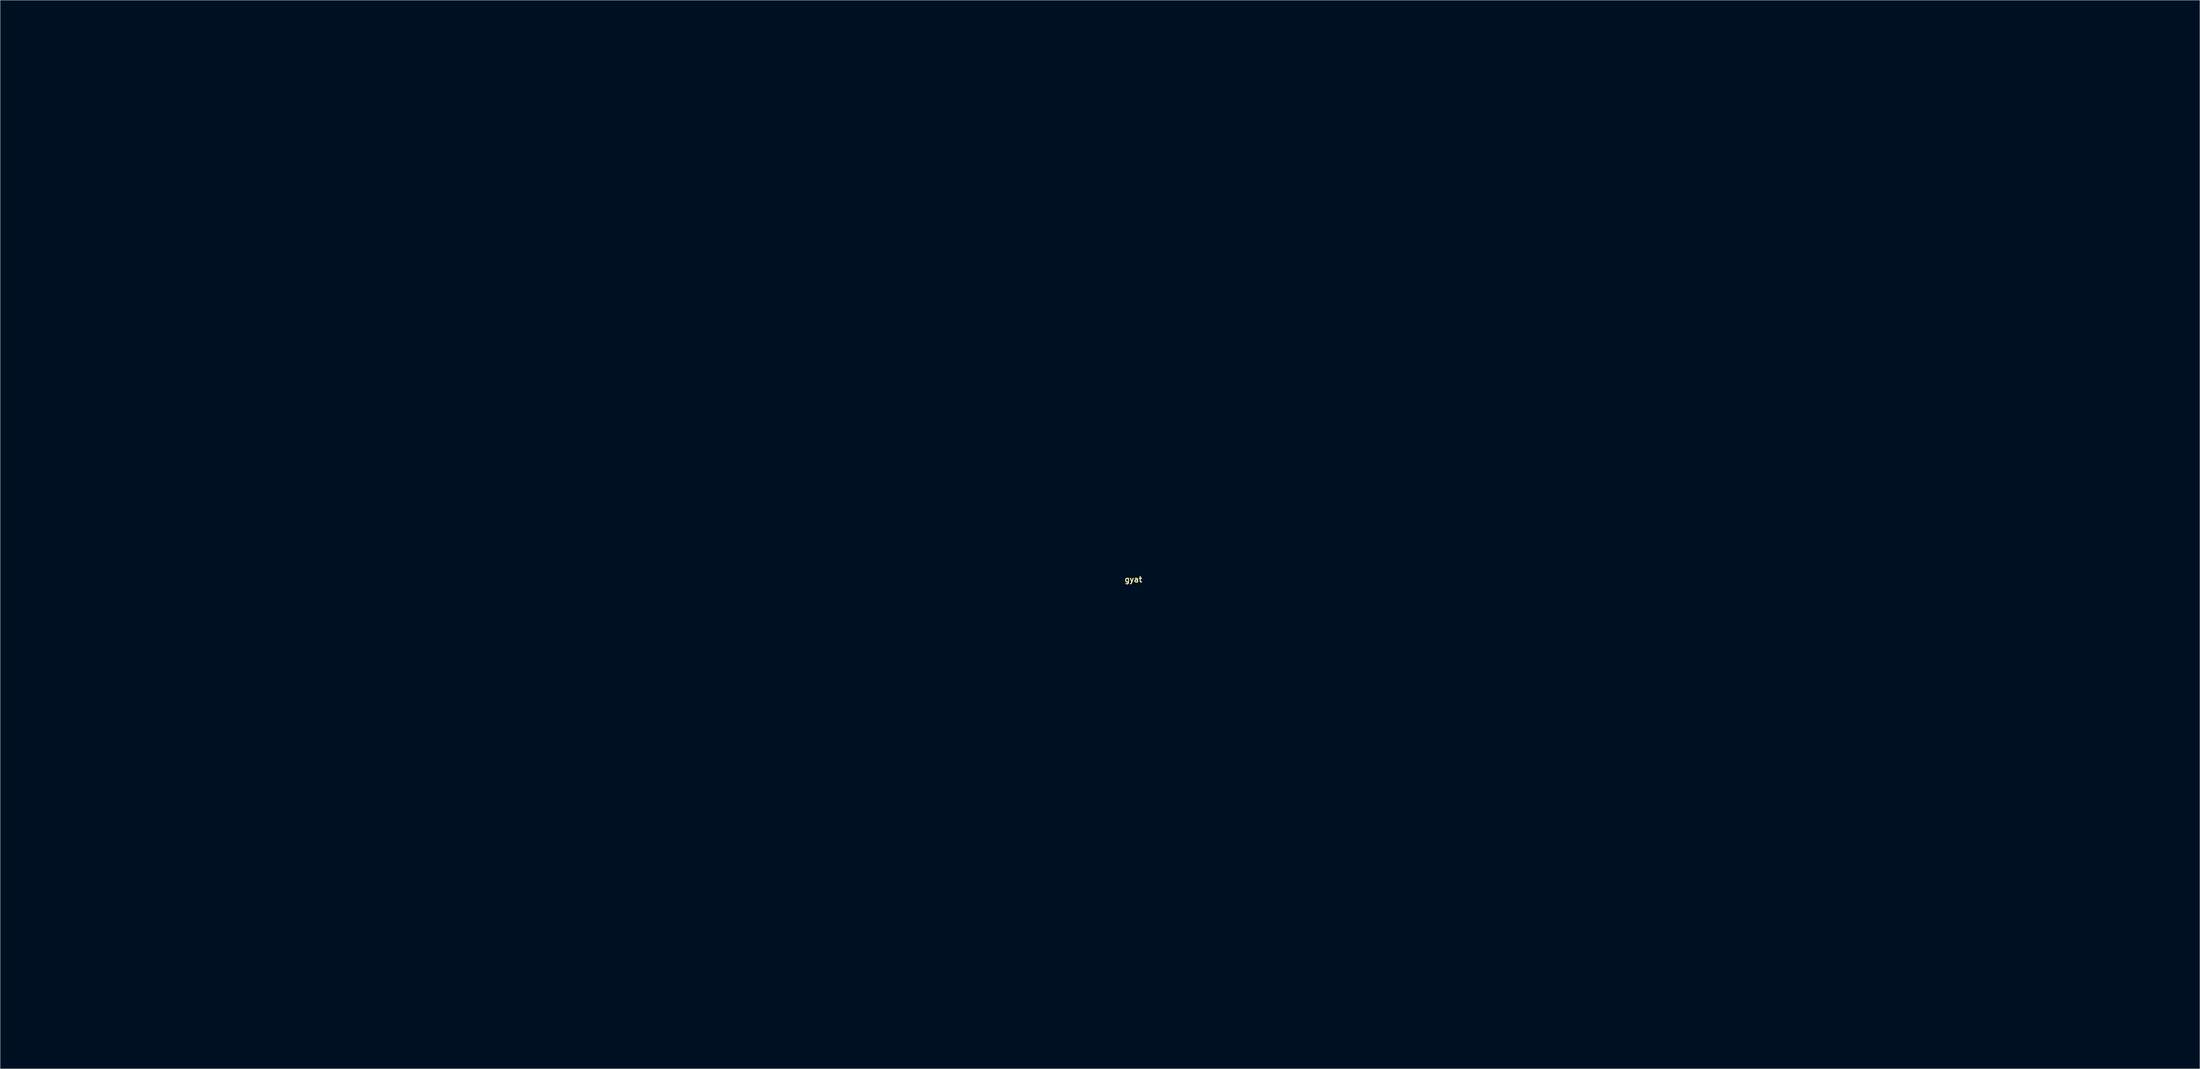
<source format=kicad_pcb>
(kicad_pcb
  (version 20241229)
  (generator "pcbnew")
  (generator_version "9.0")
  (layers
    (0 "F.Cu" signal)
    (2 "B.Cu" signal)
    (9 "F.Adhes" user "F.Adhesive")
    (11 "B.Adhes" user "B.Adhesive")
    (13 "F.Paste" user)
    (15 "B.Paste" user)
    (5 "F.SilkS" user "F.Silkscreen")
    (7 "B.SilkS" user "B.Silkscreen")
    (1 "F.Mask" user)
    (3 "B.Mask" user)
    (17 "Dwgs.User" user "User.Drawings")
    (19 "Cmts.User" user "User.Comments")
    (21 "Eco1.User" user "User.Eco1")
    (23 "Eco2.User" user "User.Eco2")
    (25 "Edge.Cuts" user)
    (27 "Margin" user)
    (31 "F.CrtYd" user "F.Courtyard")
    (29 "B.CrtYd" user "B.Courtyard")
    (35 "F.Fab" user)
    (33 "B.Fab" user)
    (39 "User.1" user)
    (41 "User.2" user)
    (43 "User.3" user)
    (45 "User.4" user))
  (footprint "gyat"
    (layer "F.Cu")
    (at 306.053 155.082)
    (property "Reference" "gyat" (at 0 0 0) (layer "F.SilkS") (effects (font (size 1.5 1.5) (thickness 0.3))))
    (attr board_only exclude_from_pos_files exclude_from_bom)
    (fp_poly (pts (xy 85.201 50.121) (xy 86.115 50.23) (xy 87.154 50.443) (xy 88.406 50.789) (xy 89.963 51.293) (xy 91.914 51.984) (xy 94.35 52.889) (xy 97.307 54.013) (xy 99.999 55.043) (xy 102.097 55.851) (xy 103.673 56.476) (xy 104.798 56.957) (xy 105.545 57.333) (xy 105.985 57.642) (xy 106.19 57.923) (xy 106.232 58.216) (xy 106.184 58.559) (xy 106.143 58.791) (xy 105.924 59.816) (xy 105.545 61.242) (xy 105.063 62.893) (xy 104.532 64.589) (xy 104.01 66.153) (xy 103.552 67.407) (xy 103.213 68.173) (xy 103.178 68.233) (xy 102.099 69.283) (xy 100.512 69.969) (xy 98.54 70.265) (xy 96.308 70.144) (xy 95.312 69.96) (xy 93.12 69.333) (xy 90.599 68.398) (xy 88 67.263) (xy 85.575 66.039) (xy 83.576 64.835) (xy 83.535 64.808) (xy 81.599 63.326) (xy 80.252 61.862) (xy 79.395 60.242) (xy 78.926 58.293) (xy 78.773 56.569) (xy 78.714 55.048) (xy 78.739 54.044) (xy 78.887 53.362) (xy 79.194 52.804) (xy 79.601 52.293) (xy 81.053 50.957) (xy 82.7 50.253) (xy 84.321 50.089)) (stroke (width 0) (type solid)) (fill yes) (layer "F.Mask"))
    (fp_poly (pts (xy -157.705 -155.018) (xy -153.788 -154.889) (xy -150.228 -154.694) (xy -147.176 -154.433) (xy -147.034 -154.418) (xy -143.577 -154) (xy -139.908 -153.486) (xy -136.132 -152.894) (xy -132.353 -152.246) (xy -128.677 -151.561) (xy -125.208 -150.86) (xy -122.05 -150.162) (xy -119.308 -149.489) (xy -117.088 -148.859) (xy -115.738 -148.394) (xy -112.959 -147.023) (xy -110.099 -145.104) (xy -107.313 -142.765) (xy -104.755 -140.134) (xy -102.807 -137.668) (xy -101.313 -135.403) (xy -100.13 -133.23) (xy -99.168 -130.944) (xy -98.34 -128.335) (xy -97.641 -125.569) (xy -97.104 -122.998) (xy -96.781 -120.708) (xy -96.661 -118.463) (xy -96.733 -116.027) (xy -96.985 -113.163) (xy -97.033 -112.728) (xy -97.027 -112.384) (xy -96.859 -112.086) (xy -96.43 -111.785) (xy -95.641 -111.428) (xy -94.393 -110.966) (xy -92.588 -110.348) (xy -92.035 -110.163) (xy -85.237 -107.777) (xy -78.019 -105.048) (xy -70.547 -102.046) (xy -62.985 -98.839) (xy -55.5 -95.496) (xy -48.256 -92.087) (xy -45.829 -90.9) (xy -43.196 -89.551) (xy -41.127 -88.366) (xy -39.514 -87.267) (xy -38.248 -86.175) (xy -37.219 -85.011) (xy -36.736 -84.342) (xy -36.098 -83.324) (xy -35.566 -82.265) (xy -35.129 -81.087) (xy -34.774 -79.714) (xy -34.492 -78.068) (xy -34.27 -76.072) (xy -34.097 -73.649) (xy -33.962 -70.722) (xy -33.854 -67.213) (xy -33.784 -64.209) (xy -33.717 -61.255) (xy -33.643 -58.467) (xy -33.566 -55.941) (xy -33.49 -53.774) (xy -33.416 -52.063) (xy -33.35 -50.906) (xy -33.311 -50.485) (xy -33.092 -48.919) (xy -26.115 -57.509) (xy -23.868 -60.262) (xy -21.992 -62.511) (xy -20.419 -64.313) (xy -19.081 -65.729) (xy -17.91 -66.818) (xy -16.838 -67.639) (xy -15.795 -68.251) (xy -14.713 -68.713) (xy -13.525 -69.085) (xy -12.41 -69.366) (xy -9.287 -70.108) (xy -6.164 -69.38) (xy -5.016 -69.082) (xy -3.883 -68.709) (xy -2.65 -68.209) (xy -1.206 -67.531) (xy 0.562 -66.623) (xy 2.769 -65.432) (xy 4.293 -64.593) (xy 6.115 -63.585) (xy 8.464 -62.285) (xy 11.241 -60.748) (xy 14.347 -59.029) (xy 17.683 -57.184) (xy 21.148 -55.267) (xy 24.645 -53.332) (xy 27.842 -51.563) (xy 31.034 -49.791) (xy 34.085 -48.087) (xy 36.926 -46.488) (xy 39.492 -45.032) (xy 41.716 -43.759) (xy 43.53 -42.705) (xy 44.869 -41.909) (xy 45.663 -41.41) (xy 45.771 -41.334) (xy 47 -40.27) (xy 48.194 -38.98) (xy 48.681 -38.342) (xy 49.876 -36.609) (xy 54.363 -35.584) (xy 55.524 -35.312) (xy 56.57 -35.041) (xy 57.583 -34.735) (xy 58.643 -34.361) (xy 59.831 -33.884) (xy 61.229 -33.269) (xy 62.918 -32.482) (xy 64.979 -31.487) (xy 67.492 -30.25) (xy 70.54 -28.736) (xy 71.549 -28.234) (xy 77.57 -25.254) (xy 83.065 -22.578) (xy 88.133 -20.161) (xy 92.872 -17.958) (xy 97.381 -15.925) (xy 101.758 -14.016) (xy 106.103 -12.187) (xy 110.513 -10.393) (xy 113.048 -9.387) (xy 118.387 -7.348) (xy 123.838 -5.385) (xy 129.293 -3.53) (xy 134.645 -1.816) (xy 139.787 -0.277) (xy 144.612 1.054) (xy 149.012 2.144) (xy 152.882 2.961) (xy 153.115 3.004) (xy 157.282 3.777) (xy 160.813 4.453) (xy 163.781 5.051) (xy 166.257 5.591) (xy 168.312 6.094) (xy 170.017 6.58) (xy 171.444 7.068) (xy 172.663 7.578) (xy 173.746 8.131) (xy 174.764 8.747) (xy 175.621 9.328) (xy 176.791 10.119) (xy 177.728 10.697) (xy 178.29 10.977) (xy 178.384 10.983) (xy 178.53 10.597) (xy 178.823 9.642) (xy 179.227 8.243) (xy 179.705 6.523) (xy 179.974 5.533) (xy 180.608 3.265) (xy 181.152 1.557) (xy 181.658 0.265) (xy 182.183 -0.751) (xy 182.687 -1.51) (xy 184.497 -3.505) (xy 186.702 -5.198) (xy 189.059 -6.412) (xy 189.606 -6.607) (xy 191.395 -7.227) (xy 193.676 -8.076) (xy 196.286 -9.089) (xy 199.065 -10.2) (xy 201.851 -11.345) (xy 204.482 -12.459) (xy 206.797 -13.477) (xy 207.672 -13.877) (xy 214.17 -17.065) (xy 220.759 -20.625) (xy 227.269 -24.454) (xy 233.529 -28.449) (xy 239.371 -32.507) (xy 243.089 -35.307) (xy 245.301 -37.026) (xy 247.05 -38.358) (xy 248.434 -39.363) (xy 249.547 -40.1) (xy 250.487 -40.631) (xy 251.348 -41.014) (xy 252.227 -41.311) (xy 253.027 -41.531) (xy 254.851 -41.96) (xy 256.296 -42.149) (xy 257.655 -42.098) (xy 259.224 -41.807) (xy 260.339 -41.531) (xy 263.189 -40.464) (xy 265.565 -38.865) (xy 267.472 -36.729) (xy 268.915 -34.05) (xy 269.749 -31.474) (xy 270.503 -28.425) (xy 269.46 -24.05) (xy 269.085 -22.4) (xy 268.812 -21.034) (xy 268.665 -20.085) (xy 268.665 -19.682) (xy 268.677 -19.676) (xy 269.13 -19.75) (xy 270.086 -19.945) (xy 271.35 -20.221) (xy 271.536 -20.263) (xy 272.898 -20.547) (xy 273.941 -20.666) (xy 274.955 -20.619) (xy 276.231 -20.406) (xy 277.035 -20.24) (xy 280.019 -19.326) (xy 282.482 -17.932) (xy 284.449 -16.035) (xy 285.944 -13.609) (xy 286.992 -10.632) (xy 287.087 -10.244) (xy 287.855 -6.976) (xy 283.358 12.553) (xy 282.385 16.779) (xy 281.554 20.369) (xy 280.847 23.384) (xy 280.245 25.885) (xy 279.731 27.932) (xy 279.286 29.587) (xy 278.891 30.91) (xy 278.528 31.963) (xy 278.178 32.806) (xy 277.824 33.501) (xy 277.446 34.108) (xy 277.027 34.688) (xy 276.547 35.302) (xy 276.441 35.436) (xy 275.503 36.354) (xy 273.968 37.515) (xy 271.899 38.883) (xy 269.358 40.422) (xy 266.406 42.094) (xy 263.105 43.863) (xy 259.516 45.691) (xy 258.03 46.423) (xy 255.929 47.434) (xy 254.358 48.201) (xy 253.221 48.831) (xy 252.425 49.43) (xy 251.876 50.107) (xy 251.479 50.969) (xy 251.141 52.122) (xy 250.767 53.675) (xy 250.425 55.093) (xy 250.064 56.538) (xy 249.754 57.758) (xy 249.546 58.555) (xy 249.505 58.702) (xy 249.507 58.947) (xy 249.78 59.036) (xy 250.439 58.959) (xy 251.6 58.708) (xy 252.633 58.457) (xy 255.929 57.644) (xy 258.975 58.367) (xy 261.977 59.352) (xy 264.428 60.771) (xy 266.37 62.665) (xy 267.843 65.076) (xy 268.888 68.045) (xy 269.01 68.539) (xy 269.763 71.748) (xy 265.275 90.52) (xy 264.289 94.637) (xy 263.451 98.119) (xy 262.742 101.025) (xy 262.147 103.416) (xy 261.649 105.352) (xy 261.229 106.894) (xy 260.873 108.103) (xy 260.562 109.038) (xy 260.28 109.76) (xy 260.01 110.33) (xy 259.735 110.808) (xy 259.495 111.173) (xy 258.527 112.439) (xy 257.429 113.561) (xy 256.107 114.595) (xy 254.466 115.601) (xy 252.415 116.634) (xy 249.858 117.754) (xy 246.881 118.948) (xy 241.525 120.918) (xy 236.073 122.679) (xy 230.295 124.304) (xy 226.096 125.358) (xy 220.724 126.605) (xy 215.858 127.628) (xy 211.334 128.452) (xy 206.988 129.101) (xy 202.653 129.602) (xy 198.166 129.978) (xy 193.899 130.229) (xy 191.459 130.348) (xy 189.577 130.431) (xy 188.095 130.479) (xy 186.857 130.491) (xy 185.706 130.467) (xy 184.485 130.407) (xy 183.036 130.309) (xy 181.556 130.2) (xy 179.276 129.946) (xy 176.793 129.528) (xy 174.305 128.99) (xy 172.007 128.379) (xy 170.094 127.74) (xy 169.118 127.314) (xy 168.134 126.743) (xy 166.819 125.884) (xy 165.404 124.889) (xy 164.9 124.516) (xy 162.196 122.485) (xy 160.428 123.775) (xy 159.079 124.548) (xy 157.319 125.27) (xy 155.401 125.862) (xy 153.58 126.246) (xy 152.108 126.347) (xy 152.049 126.343) (xy 151.265 126.224) (xy 149.894 125.951) (xy 148.043 125.548) (xy 145.818 125.041) (xy 143.325 124.456) (xy 140.671 123.818) (xy 137.962 123.153) (xy 135.304 122.486) (xy 132.803 121.842) (xy 130.565 121.247) (xy 129.146 120.854) (xy 122.815 118.996) (xy 116.834 117.092) (xy 110.849 115.024) (xy 106.323 113.363) (xy 101.824 111.654) (xy 97.964 110.134) (xy 94.702 108.784) (xy 91.994 107.583) (xy 89.796 106.508) (xy 88.066 105.539) (xy 86.761 104.654) (xy 85.837 103.832) (xy 85.251 103.053) (xy 85.22 102.996) (xy 84.908 102.585) (xy 84.384 102.247) (xy 83.513 101.93) (xy 82.159 101.581) (xy 80.927 101.306) (xy 79.004 100.858) (xy 77.012 100.345) (xy 75.253 99.846) (xy 74.509 99.611) (xy 73.21 99.111) (xy 71.354 98.299) (xy 69.007 97.21) (xy 66.236 95.879) (xy 63.11 94.342) (xy 59.694 92.633) (xy 56.058 90.789) (xy 52.268 88.844) (xy 48.391 86.833) (xy 44.495 84.792) (xy 40.647 82.756) (xy 36.915 80.76) (xy 33.366 78.839) (xy 30.068 77.029) (xy 27.088 75.364) (xy 24.492 73.88) (xy 22.35 72.612) (xy 20.727 71.596) (xy 20.213 71.249) (xy 16.799 68.577) (xy 13.614 65.508) (xy 10.779 62.181) (xy 8.415 58.739) (xy 6.827 55.736) (xy 6.157 53.994) (xy 5.48 51.795) (xy 4.841 49.341) (xy 4.288 46.833) (xy 3.866 44.473) (xy 3.621 42.461) (xy 3.587 41.707) (xy 17.171 41.707) (xy 17.229 43.033) (xy 17.424 44.324) (xy 17.672 45.402) (xy 18.654 48.442) (xy 19.989 51.093) (xy 21.805 53.578) (xy 23.3 55.205) (xy 24.427 56.375) (xy 25.34 57.37) (xy 25.935 58.076) (xy 26.115 58.365) (xy 26.435 58.794) (xy 27.396 59.532) (xy 28.997 60.577) (xy 31.239 61.93) (xy 34.124 63.592) (xy 37.651 65.563) (xy 41.822 67.843) (xy 46.636 70.432) (xy 49.906 72.172) (xy 52.043 73.294) (xy 54.547 74.59) (xy 57.322 76.012) (xy 60.275 77.513) (xy 63.309 79.044) (xy 66.331 80.56) (xy 69.247 82.012) (xy 71.96 83.353) (xy 74.378 84.536) (xy 76.404 85.514) (xy 77.945 86.238) (xy 78.586 86.527) (xy 81.596 87.59) (xy 84.551 88.154) (xy 87.294 88.194) (xy 88.505 88.017) (xy 89.707 87.711) (xy 90.204 87.445) (xy 90.125 87.273) (xy 89.841 87.082) (xy 89.815 86.913) (xy 90.158 86.673) (xy 90.976 86.271) (xy 91.698 85.934) (xy 93.855 84.76) (xy 95.651 83.452) (xy 97 82.094) (xy 97.815 80.769) (xy 98.023 79.804) (xy 98.246 78.975) (xy 98.786 78.632) (xy 99.45 78.876) (xy 99.579 79.003) (xy 99.963 79.562) (xy 99.986 79.841) (xy 99.825 80.228) (xy 99.506 81.169) (xy 99.066 82.541) (xy 98.541 84.222) (xy 97.969 86.088) (xy 97.386 88.017) (xy 96.831 89.886) (xy 96.339 91.572) (xy 95.949 92.952) (xy 95.696 93.904) (xy 95.618 94.305) (xy 95.621 94.309) (xy 95.968 94.466) (xy 96.895 94.854) (xy 98.317 95.438) (xy 100.149 96.185) (xy 102.306 97.058) (xy 104.704 98.025) (xy 105.164 98.209) (xy 110.597 100.334) (xy 116.143 102.392) (xy 121.649 104.331) (xy 126.959 106.098) (xy 131.919 107.64) (xy 135.787 108.745) (xy 137.626 109.232) (xy 139.741 109.773) (xy 142.013 110.338) (xy 144.322 110.9) (xy 146.549 111.43) (xy 148.575 111.9) (xy 150.279 112.282) (xy 151.542 112.546) (xy 152.244 112.664) (xy 152.281 112.667) (xy 152.596 112.365) (xy 153.014 111.554) (xy 153.428 110.454) (xy 153.88 108.995) (xy 154.488 106.926) (xy 155.231 104.326) (xy 155.695 102.673) (xy 168.382 102.673) (xy 168.412 104.558) (xy 168.555 105.989) (xy 168.848 107.223) (xy 169.17 108.128) (xy 170.498 110.578) (xy 172.378 112.748) (xy 174.666 114.518) (xy 177.218 115.769) (xy 178.889 116.235) (xy 179.979 116.366) (xy 181.653 116.466) (xy 183.782 116.534) (xy 186.233 116.57) (xy 188.878 116.573) (xy 191.586 116.544) (xy 194.226 116.483) (xy 196.668 116.388) (xy 198.782 116.262) (xy 198.925 116.251) (xy 208.77 115.151) (xy 218.5 113.385) (xy 225.917 111.578) (xy 228.274 110.91) (xy 230.681 110.174) (xy 233.042 109.402) (xy 235.262 108.631) (xy 237.248 107.896) (xy 238.904 107.23) (xy 240.135 106.669) (xy 240.846 106.248) (xy 240.981 106.043) (xy 241.217 105.741) (xy 241.966 105.269) (xy 243.068 104.698) (xy 244.362 104.098) (xy 245.688 103.542) (xy 246.885 103.099) (xy 247.793 102.841) (xy 248.242 102.831) (xy 248.602 102.974) (xy 248.634 102.942) (xy 248.71 102.567) (xy 248.919 101.617) (xy 249.234 100.215) (xy 249.628 98.485) (xy 249.866 97.442) (xy 250.317 95.396) (xy 250.715 93.428) (xy 251.027 91.72) (xy 251.219 90.454) (xy 251.252 90.129) (xy 251.483 88.619) (xy 251.897 86.97) (xy 252.15 86.217) (xy 252.459 85.294) (xy 252.87 83.92) (xy 253.351 82.216) (xy 253.87 80.306) (xy 254.395 78.311) (xy 254.896 76.353) (xy 255.34 74.555) (xy 255.696 73.04) (xy 255.932 71.93) (xy 256.017 71.346) (xy 256.007 71.29) (xy 255.65 71.383) (xy 254.792 71.744) (xy 253.566 72.314) (xy 252.313 72.929) (xy 249.759 74.156) (xy 246.772 75.503) (xy 243.593 76.867) (xy 240.463 78.146) (xy 237.624 79.238) (xy 236.58 79.614) (xy 235.012 80.13) (xy 233.925 80.386) (xy 233.145 80.411) (xy 232.657 80.296) (xy 232.01 79.984) (xy 231.571 79.518) (xy 231.341 78.81) (xy 231.317 77.773) (xy 231.499 76.319) (xy 231.884 74.361) (xy 232.472 71.811) (xy 232.529 71.575) (xy 233.035 69.404) (xy 233.489 67.321) (xy 233.859 65.488) (xy 234.111 64.068) (xy 234.201 63.386) (xy 234.432 61.98) (xy 234.814 60.638) (xy 235.046 60.089) (xy 235.302 59.412) (xy 235.699 58.141) (xy 236.208 56.378) (xy 236.8 54.224) (xy 237.448 51.781) (xy 238.122 49.149) (xy 238.249 48.645) (xy 238.908 46.045) (xy 239.527 43.663) (xy 240.082 41.589) (xy 240.548 39.914) (xy 240.899 38.73) (xy 241.111 38.128) (xy 241.139 38.078) (xy 241.7 37.658) (xy 242.583 37.234) (xy 243.564 36.883) (xy 244.418 36.681) (xy 244.921 36.706) (xy 244.969 36.764) (xy 245.123 36.913) (xy 245.489 36.903) (xy 246.143 36.706) (xy 247.159 36.291) (xy 248.614 35.628) (xy 250.581 34.688) (xy 252.164 33.918) (xy 253.783 33.096) (xy 255.058 32.388) (xy 255.896 31.851) (xy 256.201 31.54) (xy 256.181 31.503) (xy 256.34 31.262) (xy 257.009 30.755) (xy 258.065 30.053) (xy 259.388 29.228) (xy 260.857 28.352) (xy 262.348 27.497) (xy 263.743 26.734) (xy 264.918 26.136) (xy 265.753 25.773) (xy 265.985 25.706) (xy 266.286 25.563) (xy 266.559 25.187) (xy 266.837 24.477) (xy 267.158 23.328) (xy 267.557 21.639) (xy 267.834 20.388) (xy 268.244 18.418) (xy 268.593 16.569) (xy 268.849 15.015) (xy 268.984 13.927) (xy 268.996 13.697) (xy 269.153 12.456) (xy 269.517 11.016) (xy 269.749 10.353) (xy 270.068 9.417) (xy 270.481 8.017) (xy 270.96 6.266) (xy 271.479 4.273) (xy 272.012 2.151) (xy 272.531 0.009) (xy 273.01 -2.041) (xy 273.422 -3.888) (xy 273.741 -5.421) (xy 273.939 -6.529) (xy 273.991 -7.101) (xy 273.964 -7.155) (xy 273.553 -6.966) (xy 272.69 -6.457) (xy 271.515 -5.712) (xy 270.532 -5.062) (xy 268.66 -3.844) (xy 266.536 -2.53) (xy 264.24 -1.16) (xy 261.848 0.223) (xy 259.439 1.577) (xy 257.09 2.861) (xy 254.88 4.032) (xy 252.887 5.048) (xy 251.188 5.868) (xy 249.861 6.45) (xy 248.985 6.751) (xy 248.637 6.73) (xy 248.634 6.71) (xy 248.714 6.236) (xy 248.936 5.181) (xy 249.274 3.66) (xy 249.704 1.789) (xy 250.2 -0.32) (xy 250.251 -0.537) (xy 251.523 -5.886) (xy 252.635 -10.575) (xy 253.596 -14.638) (xy 254.414 -18.109) (xy 255.097 -21.024) (xy 255.653 -23.416) (xy 256.09 -25.321) (xy 256.416 -26.774) (xy 256.638 -27.809) (xy 256.766 -28.461) (xy 256.808 -28.764) (xy 256.802 -28.795) (xy 256.493 -28.634) (xy 255.752 -28.109) (xy 254.701 -27.308) (xy 253.821 -26.611) (xy 250.039 -23.687) (xy 245.767 -20.585) (xy 241.172 -17.415) (xy 236.417 -14.29) (xy 231.669 -11.321) (xy 227.348 -8.765) (xy 223.314 -6.551) (xy 218.869 -4.283) (xy 214.18 -2.036) (xy 209.417 0.113) (xy 204.748 2.088) (xy 200.342 3.812) (xy 196.499 5.168) (xy 195.071 5.653) (xy 194.176 6.031) (xy 193.663 6.407) (xy 193.381 6.885) (xy 193.209 7.45) (xy 192.133 11.537) (xy 190.938 16.059) (xy 189.64 20.949) (xy 188.258 26.141) (xy 186.81 31.568) (xy 185.313 37.162) (xy 183.787 42.857) (xy 182.249 48.586) (xy 180.716 54.282) (xy 179.208 59.878) (xy 177.742 65.306) (xy 176.335 70.501) (xy 175.007 75.394) (xy 173.775 79.92) (xy 172.657 84.011) (xy 171.672 87.599) (xy 170.836 90.62) (xy 170.267 92.656) (xy 169.592 95.093) (xy 169.099 96.996) (xy 168.761 98.514) (xy 168.548 99.797) (xy 168.433 100.994) (xy 168.387 102.254) (xy 168.382 102.673) (xy 155.695 102.673) (xy 156.087 101.276) (xy 157.035 97.856) (xy 158.052 94.148) (xy 159.118 90.23) (xy 160.21 86.184) (xy 161.308 82.09) (xy 162.389 78.028) (xy 163.433 74.079) (xy 164.418 70.323) (xy 165.321 66.84) (xy 166.123 63.711) (xy 166.8 61.016) (xy 167.332 58.836) (xy 167.697 57.251) (xy 167.741 57.043) (xy 168.202 55.023) (xy 168.711 53.06) (xy 169.211 51.356) (xy 169.647 50.114) (xy 169.716 49.949) (xy 170.279 48.524) (xy 170.937 46.616) (xy 171.642 44.391) (xy 172.347 42.019) (xy 173.002 39.666) (xy 173.559 37.499) (xy 173.97 35.687) (xy 174.177 34.481) (xy 174.265 31.142) (xy 173.714 28.025) (xy 172.546 25.194) (xy 170.779 22.714) (xy 170.437 22.348) (xy 169.232 21.248) (xy 167.892 20.334) (xy 166.305 19.562) (xy 164.362 18.889) (xy 161.952 18.273) (xy 158.966 17.668) (xy 158.124 17.516) (xy 150.985 16.14) (xy 143.91 14.562) (xy 136.838 12.761) (xy 129.711 10.714) (xy 122.47 8.402) (xy 115.054 5.801) (xy 107.406 2.892) (xy 99.465 -0.348) (xy 91.174 -3.94) (xy 82.472 -7.905) (xy 73.3 -12.265) (xy 66.459 -15.617) (xy 62.376 -17.625) (xy 58.864 -19.32) (xy 55.933 -20.697) (xy 53.594 -21.749) (xy 51.86 -22.474) (xy 50.741 -22.864) (xy 50.554 -22.91) (xy 47.413 -23.275) (xy 44.388 -23.083) (xy 41.572 -22.371) (xy 39.057 -21.177) (xy 36.936 -19.54) (xy 35.301 -17.499) (xy 34.696 -16.34) (xy 34.378 -15.506) (xy 33.928 -14.183) (xy 33.389 -12.504) (xy 32.798 -10.603) (xy 32.196 -8.612) (xy 31.622 -6.665) (xy 31.118 -4.895) (xy 30.721 -3.434) (xy 30.473 -2.417) (xy 30.408 -2.014) (xy 30.711 -1.538) (xy 31.333 -1.431) (xy 31.944 -1.258) (xy 33.045 -0.779) (xy 34.512 -0.055) (xy 36.22 0.853) (xy 37.504 1.573) (xy 40.172 3.074) (xy 43.163 4.71) (xy 46.417 6.451) (xy 49.875 8.27) (xy 53.478 10.136) (xy 57.167 12.021) (xy 60.882 13.896) (xy 64.566 15.731) (xy 68.158 17.497) (xy 71.599 19.167) (xy 74.831 20.709) (xy 77.794 22.097) (xy 80.43 23.299) (xy 82.678 24.288) (xy 84.481 25.035) (xy 85.778 25.51) (xy 86.512 25.684) (xy 86.572 25.682) (xy 87.127 25.524) (xy 87.45 25.088) (xy 87.66 24.181) (xy 87.712 23.831) (xy 88.287 21.965) (xy 89.39 20.542) (xy 90.973 19.578) (xy 92.991 19.089) (xy 95.397 19.092) (xy 98.144 19.601) (xy 99.15 19.893) (xy 102.196 20.985) (xy 105.035 22.252) (xy 107.565 23.632) (xy 109.684 25.064) (xy 111.289 26.488) (xy 112.191 27.677) (xy 112.916 29.579) (xy 113.184 31.727) (xy 113.018 33.929) (xy 112.444 35.99) (xy 111.484 37.719) (xy 110.851 38.412) (xy 110.211 38.947) (xy 109.625 39.238) (xy 108.864 39.336) (xy 107.698 39.295) (xy 107.18 39.26) (xy 106.2 39.152) (xy 105.12 38.943) (xy 103.837 38.602) (xy 102.246 38.096) (xy 100.243 37.393) (xy 97.722 36.463) (xy 96.592 36.037) (xy 86.316 32.022) (xy 75.976 27.717) (xy 65.411 23.055) (xy 55.634 18.523) (xy 52.18 16.89) (xy 49.303 15.538) (xy 46.935 14.436) (xy 45.008 13.554) (xy 43.454 12.862) (xy 42.206 12.331) (xy 41.195 11.931) (xy 40.353 11.632) (xy 39.613 11.404) (xy 39.186 11.287) (xy 36.135 10.784) (xy 33.214 10.861) (xy 30.51 11.487) (xy 28.114 12.632) (xy 26.115 14.264) (xy 24.616 16.328) (xy 24.262 17.121) (xy 23.736 18.492) (xy 23.073 20.333) (xy 22.311 22.538) (xy 21.488 25) (xy 20.641 27.613) (xy 20.548 27.904) (xy 19.467 31.356) (xy 18.613 34.226) (xy 17.972 36.605) (xy 17.528 38.584) (xy 17.266 40.255) (xy 17.171 41.707) (xy 3.587 41.707) (xy 3.577 41.507) (xy 3.706 39.64) (xy 4.07 37.259) (xy 4.639 34.514) (xy 5.382 31.555) (xy 6.267 28.534) (xy 6.284 28.481) (xy 6.677 27.17) (xy 6.945 26.146) (xy 7.046 25.578) (xy 7.035 25.519) (xy 6.773 25.75) (xy 6.079 26.486) (xy 4.984 27.691) (xy 3.522 29.327) (xy 1.726 31.356) (xy -0.371 33.741) (xy -2.737 36.444) (xy -5.339 39.428) (xy -8.144 42.656) (xy -11.12 46.09) (xy -14.232 49.691) (xy -17.449 53.424) (xy -20.114 56.524) (xy -22.785 59.606) (xy -25.097 62.218) (xy -27.034 64.34) (xy -28.576 65.952) (xy -29.708 67.037) (xy -30.291 67.502) (xy -31.975 68.372) (xy -34.141 69.116) (xy -35.059 69.352) (xy -36.541 69.687) (xy -37.597 69.858) (xy -38.501 69.865) (xy -39.522 69.709) (xy -40.934 69.389) (xy -41.107 69.348) (xy -42.685 68.893) (xy -44.556 68.195) (xy -46.812 67.214) (xy -49.548 65.913) (xy -50.766 65.31) (xy -54.82 63.312) (xy -59.158 61.227) (xy -63.672 59.105) (xy -68.252 56.993) (xy -72.79 54.941) (xy -77.18 52.996) (xy -81.311 51.209) (xy -85.077 49.627) (xy -88.368 48.3) (xy -89.794 47.749) (xy -92.942 46.291) (xy -95.474 44.512) (xy -97.437 42.362) (xy -98.877 39.791) (xy -99.735 37.197) (xy -100.493 34.147) (xy -99.657 30.864) (xy -99.401 29.875) (xy -99.152 29.032) (xy -98.86 28.254) (xy -98.472 27.457) (xy -97.936 26.56) (xy -97.201 25.48) (xy -96.216 24.134) (xy -94.929 22.44) (xy -93.288 20.316) (xy -92.028 18.694) (xy -89.738 15.745) (xy -90.75 15.353) (xy -94.083 14.093) (xy -97.822 12.733) (xy -101.686 11.373) (xy -105.392 10.114) (xy -105.593 10.047) (xy -108.518 9.018) (xy -110.849 8.046) (xy -112.696 7.063) (xy -114.17 6.003) (xy -115.382 4.799) (xy -116.357 3.511) (xy -116.961 2.522) (xy -117.476 1.444) (xy -117.914 0.205) (xy -118.286 -1.271) (xy -118.605 -3.055) (xy -118.883 -5.224) (xy -119.133 -7.849) (xy -119.365 -11.005) (xy -119.593 -14.766) (xy -119.709 -16.903) (xy -119.867 -19.745) (xy -120.025 -22.334) (xy -120.178 -24.589) (xy -120.319 -26.43) (xy -120.443 -27.778) (xy -120.543 -28.553) (xy -120.601 -28.709) (xy -120.755 -28.311) (xy -121.075 -27.307) (xy -121.537 -25.78) (xy -122.116 -23.814) (xy -122.786 -21.491) (xy -123.525 -18.895) (xy -124.009 -17.172) (xy -124.893 -14.031) (xy -125.618 -11.498) (xy -126.214 -9.489) (xy -126.71 -7.922) (xy -127.134 -6.713) (xy -127.515 -5.778) (xy -127.882 -5.036) (xy -128.263 -4.403) (xy -128.603 -3.914) (xy -130.436 -1.795) (xy -132.519 -0.236) (xy -135.009 0.862) (xy -136.659 1.318) (xy -137.854 1.585) (xy -138.824 1.758) (xy -139.739 1.837) (xy -140.764 1.824) (xy -142.07 1.721) (xy -143.823 1.527) (xy -145.066 1.38) (xy -149.848 0.919) (xy -155.073 0.611) (xy -160.563 0.455) (xy -166.139 0.45) (xy -171.623 0.595) (xy -176.836 0.89) (xy -181.6 1.334) (xy -183.345 1.554) (xy -185.015 1.757) (xy -186.265 1.818) (xy -187.377 1.727) (xy -188.634 1.475) (xy -189.154 1.348) (xy -191.743 0.701) (xy -193.094 1.554) (xy -194.632 2.466) (xy -196.269 3.305) (xy -198.144 4.133) (xy -200.401 5.009) (xy -203.18 5.997) (xy -203.799 6.209) (xy -210.62 8.671) (xy -216.939 11.245) (xy -222.969 14.027) (xy -228.923 17.112) (xy -232.133 18.91) (xy -237.567 22.153) (xy -242.761 25.524) (xy -247.832 29.11) (xy -252.897 32.999) (xy -258.075 37.278) (xy -263.483 42.037) (xy -265.573 43.944) (xy -268.561 46.653) (xy -271.148 48.896) (xy -273.418 50.726) (xy -275.46 52.201) (xy -277.359 53.375) (xy -279.201 54.303) (xy -281.074 55.042) (xy -283.064 55.647) (xy -284.271 55.95) (xy -288.247 56.889) (xy -292.091 55.981) (xy -295.151 55.061) (xy -297.677 53.83) (xy -299.821 52.193) (xy -301.732 50.051) (xy -302.146 49.489) (xy -302.98 48.251) (xy -303.634 47.075) (xy -304.169 45.799) (xy -304.643 44.265) (xy -305.115 42.311) (xy -305.531 40.346) (xy -305.872 38.515) (xy -306.041 37.066) (xy -306.05 35.942) (xy -292.274 35.942) (xy -292.215 37.934) (xy -292.011 39.344) (xy -291.606 40.297) (xy -290.947 40.922) (xy -289.979 41.344) (xy -289.954 41.352) (xy -288.419 41.647) (xy -286.87 41.507) (xy -285.129 40.901) (xy -283.759 40.215) (xy -282.616 39.632) (xy -281.718 39.25) (xy -281.242 39.143) (xy -281.226 39.15) (xy -280.874 38.987) (xy -280.11 38.418) (xy -279.04 37.531) (xy -277.773 36.411) (xy -277.583 36.238) (xy -270.121 29.607) (xy -262.891 23.585) (xy -255.827 18.131) (xy -248.864 13.203) (xy -241.935 8.76) (xy -234.973 4.76) (xy -227.914 1.163) (xy -220.69 -2.074) (xy -213.236 -4.991) (xy -209.639 -6.261) (xy -206.516 -7.372) (xy -203.932 -8.399) (xy -201.733 -9.42) (xy -199.76 -10.512) (xy -197.856 -11.753) (xy -196.548 -12.701) (xy -194.436 -14.455) (xy -192.274 -16.563) (xy -190.156 -18.9) (xy -188.181 -21.344) (xy -186.447 -23.772) (xy -185.049 -26.06) (xy -184.086 -28.085) (xy -183.851 -28.772) (xy -183.378 -29.921) (xy -182.826 -30.582) (xy -182.285 -30.665) (xy -182.084 -30.51) (xy -182.107 -30.103) (xy -182.298 -29.099) (xy -182.635 -27.594) (xy -183.097 -25.679) (xy -183.662 -23.448) (xy -184.274 -21.12) (xy -184.92 -18.686) (xy -185.493 -16.489) (xy -185.97 -14.62) (xy -186.329 -13.171) (xy -186.545 -12.233) (xy -186.598 -11.898) (xy -186.221 -11.898) (xy -185.272 -11.975) (xy -183.885 -12.119) (xy -182.199 -12.314) (xy -181.902 -12.351) (xy -176.694 -12.858) (xy -170.976 -13.175) (xy -164.927 -13.303) (xy -158.729 -13.244) (xy -152.56 -13) (xy -146.599 -12.571) (xy -141.082 -11.968) (xy -140.131 -11.885) (xy -139.626 -12.057) (xy -139.309 -12.619) (xy -139.188 -12.952) (xy -139.019 -13.502) (xy -138.676 -14.677) (xy -138.176 -16.414) (xy -137.538 -18.65) (xy -136.78 -21.322) (xy -135.919 -24.365) (xy -134.974 -27.718) (xy -133.962 -31.315) (xy -132.902 -35.095) (xy -132.862 -35.238) (xy -130.957 -42.036) (xy -129.236 -48.174) (xy -127.689 -53.684) (xy -126.308 -58.595) (xy -125.085 -62.937) (xy -124.011 -66.741) (xy -123.077 -70.037) (xy -122.275 -72.854) (xy -121.596 -75.224) (xy -121.032 -77.176) (xy -120.574 -78.74) (xy -120.213 -79.947) (xy -119.942 -80.827) (xy -119.75 -81.41) (xy -119.668 -81.635) (xy -119.445 -82.168) (xy -119.324 -82.553) (xy -119.397 -82.84) (xy -119.755 -83.078) (xy -120.491 -83.316) (xy -121.695 -83.603) (xy -123.461 -83.987) (xy -124.496 -84.213) (xy -135.536 -86.325) (xy -146.33 -87.77) (xy -156.891 -88.549) (xy -167.231 -88.661) (xy -177.365 -88.107) (xy -187.306 -86.887) (xy -197.066 -85.001) (xy -198.959 -84.553) (xy -204.197 -83.276) (xy -207.819 -68.737) (xy -208.593 -65.624) (xy -209.31 -62.726) (xy -209.952 -60.116) (xy -210.501 -57.869) (xy -210.94 -56.059) (xy -211.25 -54.758) (xy -211.413 -54.04) (xy -211.434 -53.923) (xy -211.15 -53.903) (xy -210.436 -54.167) (xy -209.987 -54.382) (xy -208.92 -54.831) (xy -207.314 -55.386) (xy -205.304 -56.01) (xy -203.022 -56.67) (xy -200.603 -57.329) (xy -198.18 -57.952) (xy -195.886 -58.505) (xy -193.857 -58.951) (xy -192.224 -59.256) (xy -191.122 -59.384) (xy -191.024 -59.386) (xy -190.541 -59.155) (xy -189.957 -58.664) (xy -189.487 -58.092) (xy -189.475 -57.558) (xy -189.757 -56.934) (xy -190.064 -56.165) (xy -190.474 -54.9) (xy -190.923 -53.34) (xy -191.212 -52.244) (xy -192.301 -48.701) (xy -193.662 -45.72) (xy -195.375 -43.174) (xy -197.521 -40.938) (xy -199.303 -39.503) (xy -201.488 -38.104) (xy -204.196 -36.689) (xy -207.237 -35.335) (xy -210.426 -34.116) (xy -213.574 -33.107) (xy -216.493 -32.384) (xy -217.517 -32.198) (xy -220.03 -31.986) (xy -222.006 -32.241) (xy -223.442 -32.96) (xy -223.781 -33.282) (xy -224.361 -34.424) (xy -224.584 -36.174) (xy -224.451 -38.537) (xy -223.961 -41.516) (xy -223.775 -42.393) (xy -223.379 -44.292) (xy -223.029 -46.16) (xy -222.767 -47.764) (xy -222.643 -48.751) (xy -222.395 -50.273) (xy -221.955 -51.974) (xy -221.611 -52.98) (xy -221.297 -53.911) (xy -220.851 -55.42) (xy -220.304 -57.39) (xy -219.688 -59.701) (xy -219.036 -62.237) (xy -218.426 -64.689) (xy -217.049 -70.311) (xy -215.834 -75.277) (xy -214.771 -79.628) (xy -213.85 -83.402) (xy -213.061 -86.639) (xy -212.395 -89.378) (xy -211.843 -91.659) (xy -211.394 -93.521) (xy -211.04 -95.005) (xy -210.772 -96.148) (xy -210.578 -96.991) (xy -210.45 -97.573) (xy -210.379 -97.933) (xy -210.355 -98.112) (xy -210.355 -98.122) (xy -210.159 -98.909) (xy -209.64 -100.084) (xy -208.902 -101.463) (xy -208.048 -102.858) (xy -207.181 -104.083) (xy -206.779 -104.57) (xy -204.354 -106.826) (xy -201.388 -108.812) (xy -198.025 -110.464) (xy -194.407 -111.724) (xy -190.679 -112.531) (xy -187.28 -112.82) (xy -184.566 -112.705) (xy -182.373 -112.231) (xy -180.583 -111.366) (xy -179.501 -110.501) (xy -178.077 -109.147) (xy -178.265 -105.284) (xy -178.398 -103.42) (xy -178.604 -101.568) (xy -178.849 -100.001) (xy -178.996 -99.329) (xy -179.541 -97.236) (xy -178.76 -97.467) (xy -177.505 -97.717) (xy -175.64 -97.924) (xy -173.269 -98.09) (xy -170.497 -98.212) (xy -167.428 -98.289) (xy -164.165 -98.322) (xy -160.815 -98.31) (xy -157.479 -98.251) (xy -154.264 -98.145) (xy -151.273 -97.992) (xy -148.611 -97.79) (xy -147.57 -97.685) (xy -145.007 -97.366) (xy -141.919 -96.921) (xy -138.484 -96.38) (xy -134.875 -95.771) (xy -131.267 -95.125) (xy -127.836 -94.47) (xy -124.996 -93.887) (xy -122.532 -93.371) (xy -120.667 -93.009) (xy -119.302 -92.789) (xy -118.339 -92.699) (xy -117.679 -92.729) (xy -117.224 -92.866) (xy -117.084 -92.944) (xy -116.843 -93.391) (xy -116.526 -94.386) (xy -116.177 -95.775) (xy -115.896 -97.113) (xy -115.501 -98.906) (xy -115.038 -100.623) (xy -114.984 -100.789) (xy -110.832 -100.789) (xy -110.766 -99.722) (xy -110.682 -98.723) (xy -110.571 -97.178) (xy -110.432 -95.073) (xy -110.265 -92.395) (xy -110.068 -89.129) (xy -109.842 -85.262) (xy -109.585 -80.779) (xy -109.296 -75.666) (xy -108.975 -69.909) (xy -108.62 -63.495) (xy -108.232 -56.41) (xy -107.809 -48.639) (xy -107.35 -40.168) (xy -107.316 -39.531) (xy -107.052 -34.677) (xy -106.797 -30.018) (xy -106.553 -25.603) (xy -106.323 -21.485) (xy -106.111 -17.713) (xy -105.918 -14.339) (xy -105.748 -11.413) (xy -105.603 -8.986) (xy -105.487 -7.109) (xy -105.403 -5.832) (xy -105.353 -5.207) (xy -105.347 -5.159) (xy -105.073 -4.627) (xy -104.423 -4.533) (xy -104.199 -4.56) (xy -103.392 -4.523) (xy -102.338 -4.282) (xy -101.244 -3.914) (xy -100.32 -3.495) (xy -99.774 -3.1) (xy -99.711 -2.923) (xy -99.436 -2.648) (xy -98.635 -2.226) (xy -97.461 -1.735) (xy -97.028 -1.574) (xy -95.663 -1.08) (xy -93.838 -0.419) (xy -91.766 0.334) (xy -89.659 1.1) (xy -89.092 1.307) (xy -87.018 2.035) (xy -85.387 2.549) (xy -84.267 2.829) (xy -83.726 2.857) (xy -83.693 2.831) (xy -83.316 2.851) (xy -82.392 3.096) (xy -81.041 3.523) (xy -79.38 4.089) (xy -77.527 4.751) (xy -75.6 5.466) (xy -73.717 6.192) (xy -71.996 6.886) (xy -70.554 7.505) (xy -69.697 7.91) (xy -68.988 8.308) (xy -68.526 8.724) (xy -68.337 9.229) (xy -68.453 9.899) (xy -68.902 10.807) (xy -69.712 12.027) (xy -70.914 13.633) (xy -72.536 15.698) (xy -72.995 16.275) (xy -74.936 18.723) (xy -76.982 21.319) (xy -79.044 23.951) (xy -81.034 26.506) (xy -82.867 28.872) (xy -84.454 30.937) (xy -85.707 32.588) (xy -86.002 32.983) (xy -86.988 34.305) (xy -85.082 34.25) (xy -84.313 34.263) (xy -83.523 34.376) (xy -82.594 34.627) (xy -81.406 35.056) (xy -79.838 35.704) (xy -77.771 36.61) (xy -77.203 36.863) (xy -75.291 37.742) (xy -73.616 38.559) (xy -72.284 39.258) (xy -71.404 39.783) (xy -71.082 40.068) (xy -70.73 40.355) (xy -69.812 40.893) (xy -68.415 41.636) (xy -66.624 42.54) (xy -64.526 43.56) (xy -62.209 44.652) (xy -59.327 45.999) (xy -56.146 47.502) (xy -52.882 49.057) (xy -49.749 50.564) (xy -46.964 51.917) (xy -45.97 52.405) (xy -43.826 53.452) (xy -41.885 54.379) (xy -40.243 55.142) (xy -38.995 55.698) (xy -38.234 56.004) (xy -38.052 56.049) (xy -37.745 55.772) (xy -37.02 55.005) (xy -35.927 53.799) (xy -34.511 52.208) (xy -32.82 50.286) (xy -30.902 48.087) (xy -28.803 45.662) (xy -26.604 43.105) (xy -23.965 40.03) (xy -21.121 36.724) (xy -18.178 33.31) (xy -15.242 29.91) (xy -12.422 26.65) (xy -9.822 23.651) (xy -7.55 21.038) (xy -6.976 20.38) (xy -1.699 14.306) (xy 3.163 8.657) (xy 7.597 3.447) (xy 11.592 -1.308) (xy 15.136 -5.594) (xy 18.215 -9.396) (xy 20.817 -12.7) (xy 21.644 -13.775) (xy 22.563 -14.919) (xy 23.783 -16.343) (xy 25.226 -17.968) (xy 26.816 -19.714) (xy 28.479 -21.5) (xy 30.137 -23.248) (xy 31.715 -24.877) (xy 33.137 -26.307) (xy 34.328 -27.459) (xy 35.21 -28.253) (xy 35.709 -28.608) (xy 35.757 -28.62) (xy 36.138 -28.854) (xy 36.777 -29.436) (xy 36.943 -29.606) (xy 37.888 -30.592) (xy 35.311 -31.993) (xy 34.554 -32.407) (xy 33.231 -33.136) (xy 31.402 -34.145) (xy 29.128 -35.401) (xy 26.468 -36.871) (xy 23.483 -38.521) (xy 20.232 -40.32) (xy 16.776 -42.233) (xy 13.175 -44.227) (xy 11.853 -44.959) (xy 8.293 -46.928) (xy 4.917 -48.792) (xy 1.777 -50.521) (xy -1.076 -52.088) (xy -3.589 -53.464) (xy -5.71 -54.62) (xy -7.386 -55.528) (xy -8.567 -56.159) (xy -9.199 -56.484) (xy -9.292 -56.524) (xy -9.576 -56.256) (xy -10.249 -55.5) (xy -11.256 -54.322) (xy -12.538 -52.791) (xy -14.038 -50.976) (xy -15.699 -48.945) (xy -16.299 -48.206) (xy -19.007 -44.874) (xy -21.773 -41.49) (xy -24.559 -38.099) (xy -27.325 -34.746) (xy -30.036 -31.477) (xy -32.651 -28.336) (xy -35.134 -25.37) (xy -37.446 -22.623) (xy -39.549 -20.14) (xy -41.406 -17.968) (xy -42.977 -16.15) (xy -44.226 -14.733) (xy -45.114 -13.762) (xy -45.603 -13.281) (xy -45.679 -13.237) (xy -45.942 -13.456) (xy -46.093 -14.177) (xy -46.151 -15.496) (xy -46.153 -15.83) (xy -46.164 -16.704) (xy -46.195 -18.211) (xy -46.242 -20.27) (xy -46.304 -22.801) (xy -46.379 -25.721) (xy -46.465 -28.949) (xy -46.56 -32.404) (xy -46.661 -36.004) (xy -46.67 -36.311) (xy -46.784 -40.334) (xy -46.9 -44.559) (xy -47.015 -48.849) (xy -47.125 -53.065) (xy -47.228 -57.067) (xy -47.318 -60.718) (xy -47.393 -63.877) (xy -47.43 -65.524) (xy -47.676 -76.849) (xy -55.006 -80.31) (xy -63.227 -84.12) (xy -70.985 -87.561) (xy -78.399 -90.685) (xy -85.589 -93.541) (xy -92.238 -96.023) (xy -94.18 -96.712) (xy -96.379 -97.47) (xy -98.732 -98.262) (xy -101.133 -99.056) (xy -103.477 -99.817) (xy -105.659 -100.513) (xy -107.576 -101.108) (xy -109.122 -101.57) (xy -110.192 -101.864) (xy -110.666 -101.958) (xy -110.799 -101.634) (xy -110.832 -100.789) (xy -114.984 -100.789) (xy -114.574 -102.029) (xy -114.298 -102.678) (xy -113.873 -103.651) (xy -113.313 -105.123) (xy -112.686 -106.908) (xy -112.06 -108.818) (xy -111.957 -109.146) (xy -110.906 -113.028) (xy -110.326 -116.485) (xy -110.221 -119.631) (xy -110.592 -122.58) (xy -111.443 -125.447) (xy -112.347 -127.511) (xy -114.215 -130.521) (xy -116.603 -133.076) (xy -119.434 -135.111) (xy -122.635 -136.561) (xy -122.818 -136.621) (xy -124.674 -137.145) (xy -127.129 -137.714) (xy -130.068 -138.308) (xy -133.376 -138.908) (xy -136.939 -139.494) (xy -140.643 -140.046) (xy -144.374 -140.545) (xy -148.016 -140.971) (xy -148.465 -141.019) (xy -150.823 -141.208) (xy -153.737 -141.349) (xy -157.067 -141.442) (xy -160.672 -141.489) (xy -164.411 -141.49) (xy -168.145 -141.445) (xy -171.732 -141.357) (xy -175.033 -141.226) (xy -177.906 -141.052) (xy -180.212 -140.836) (xy -180.301 -140.825) (xy -190.354 -139.296) (xy -200.023 -137.206) (xy -209.386 -134.528) (xy -218.524 -131.233) (xy -227.516 -127.296) (xy -236.444 -122.687) (xy -241.257 -119.915) (xy -245.306 -117.218) (xy -249.04 -114.127) (xy -252.507 -110.583) (xy -255.755 -106.531) (xy -258.831 -101.913) (xy -261.784 -96.671) (xy -263.477 -93.282) (xy -264.274 -91.59) (xy -264.997 -89.974) (xy -265.662 -88.371) (xy -266.288 -86.718) (xy -266.893 -84.949) (xy -267.494 -83.001) (xy -268.109 -80.812) (xy -268.755 -78.316) (xy -269.452 -75.45) (xy -270.215 -72.15) (xy -271.064 -68.353) (xy -272.015 -63.995) (xy -273.087 -59.012) (xy -273.313 -57.955) (xy -274.757 -51.19) (xy -276.208 -44.379) (xy -277.648 -37.596) (xy -279.063 -30.915) (xy -280.437 -24.412) (xy -281.754 -18.161) (xy -282.999 -12.238) (xy -284.155 -6.716) (xy -285.207 -1.671) (xy -286.139 2.823) (xy -286.92 6.618) (xy -287.549 9.682) (xy -288.266 13.179) (xy -289.017 16.838) (xy -289.747 20.391) (xy -290.4 23.57) (xy -290.479 23.958) (xy -291.104 27.066) (xy -291.577 29.59) (xy -291.913 31.641) (xy -292.13 33.33) (xy -292.245 34.768) (xy -292.274 35.942) (xy -306.05 35.942) (xy -306.053 35.69) (xy -305.923 34.079) (xy -305.877 33.665) (xy -305.739 32.753) (xy -305.46 31.188) (xy -305.049 29.018) (xy -304.517 26.291) (xy -303.875 23.053) (xy -303.13 19.351) (xy -302.295 15.234) (xy -301.378 10.748) (xy -300.39 5.94) (xy -299.34 0.857) (xy -298.238 -4.452) (xy -297.095 -9.942) (xy -295.92 -15.565) (xy -294.723 -21.273) (xy -293.514 -27.02) (xy -292.303 -32.757) (xy -291.1 -38.439) (xy -289.915 -44.017) (xy -288.757 -49.445) (xy -287.638 -54.676) (xy -286.566 -59.661) (xy -285.551 -64.354) (xy -284.604 -68.708) (xy -283.735 -72.675) (xy -282.953 -76.209) (xy -282.268 -79.262) (xy -281.69 -81.786) (xy -281.229 -83.735) (xy -280.99 -84.699) (xy -279.154 -90.844) (xy -276.814 -96.837) (xy -273.927 -102.761) (xy -270.453 -108.7) (xy -266.349 -114.737) (xy -264.979 -116.593) (xy -262.393 -119.812) (xy -259.674 -122.727) (xy -256.708 -125.435) (xy -253.379 -128.033) (xy -249.575 -130.617) (xy -245.593 -133.045) (xy -239.975 -136.157) (xy -234.017 -139.144) (xy -227.913 -141.92) (xy -221.855 -144.398) (xy -216.038 -146.493) (xy -213.932 -147.17) (xy -209.022 -148.595) (xy -203.676 -149.975) (xy -198.096 -151.268) (xy -192.487 -152.429) (xy -187.05 -153.416) (xy -181.988 -154.184) (xy -180.125 -154.42) (xy -177.28 -154.683) (xy -173.874 -154.881) (xy -170.061 -155.014) (xy -165.994 -155.081) (xy -161.824 -155.082)) (stroke (width 0) (type solid)) (fill yes) (layer "F.Mask")))
  (gr_rect
    (start -3 -3)
    (end 596.908 288.573)
    (stroke (width 0.1) (type default))
    (fill no)
    (layer "Edge.Cuts")))
</source>
